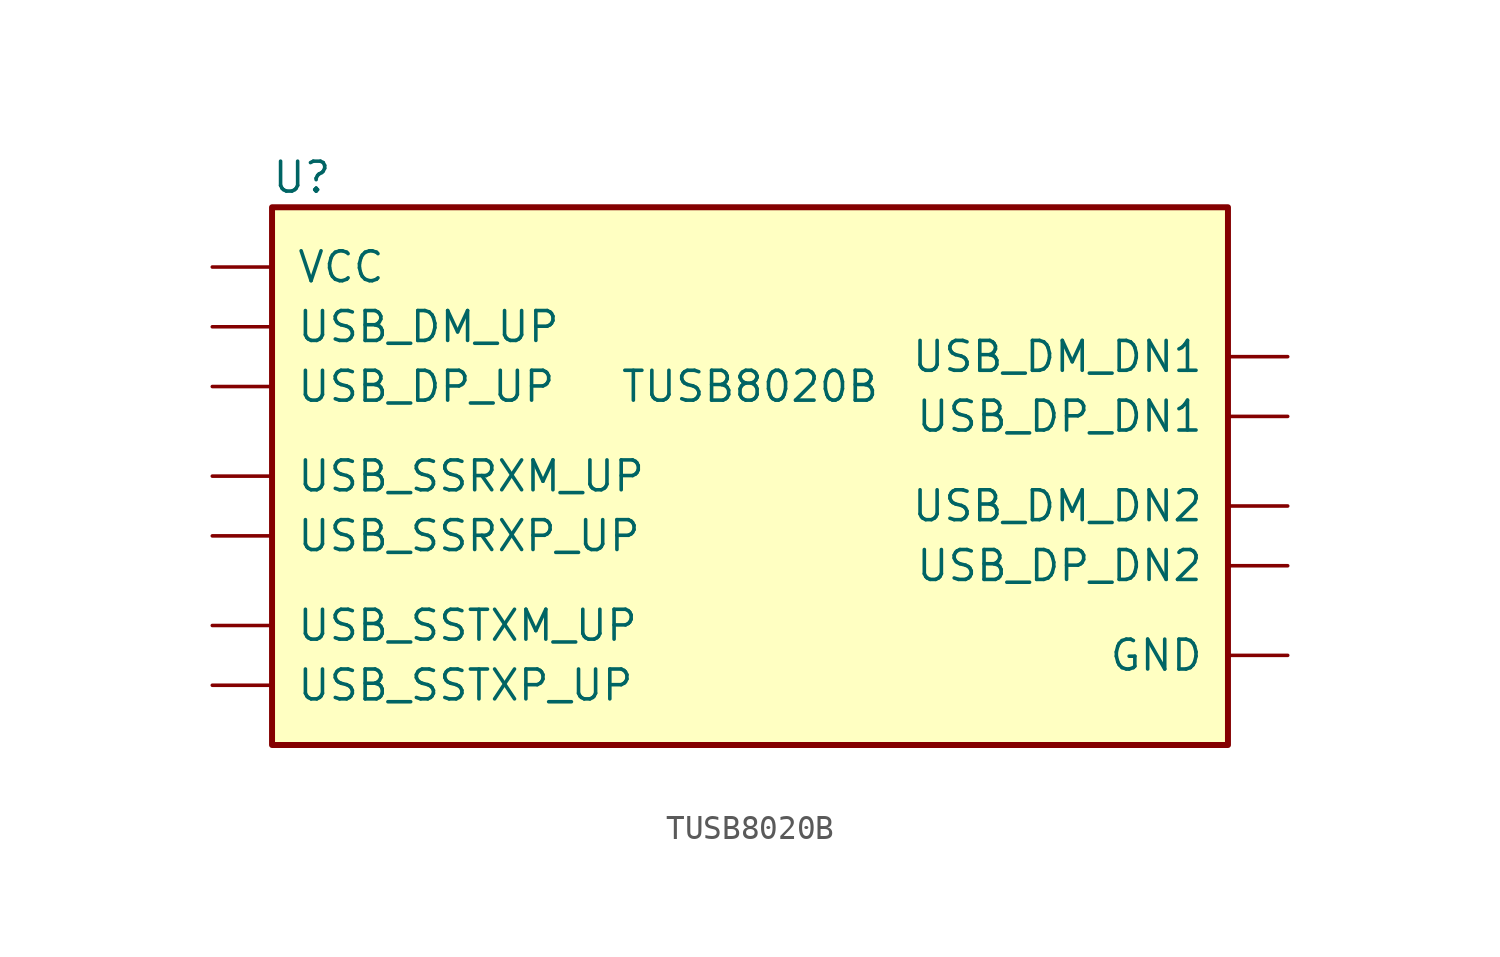
<source format=kicad_sym>
(kicad_symbol_lib
  (version 20211014)
  (generator kicad_symbol_editor)
  (symbol "TUSB8020B"
    (pin_names
      (offset 1.016))
    (property "Reference" "U"
      (at -20.32 22.86 0)
      (effects (font (size 1.27 1.27))))
    (property "Value" "TUSB8020B"
      (at -1.27 13.97 0)
      (effects (font (size 1.27 1.27))))
    (symbol "TUSB8020B_0_1"
      (rectangle (start -21.59 21.59) (end 19.05 -1.27) (stroke (width 0.254) (type default) (color 0 0 0 0)) (fill (type background))))
    (symbol "TUSB8020B_1_1"
      (pin unspecified line (at 21.59 2.54 180) (length 2.54) (name "GND" (effects (font (size 1.27 1.27)))) (number "" (effects (font (size 1.27 1.27)))))
      (pin unspecified line (at 21.59 15.24 180) (length 2.54) (name "USB_DM_DN1" (effects (font (size 1.27 1.27)))) (number "" (effects (font (size 1.27 1.27)))))
      (pin unspecified line (at 21.59 8.89 180) (length 2.54) (name "USB_DM_DN2" (effects (font (size 1.27 1.27)))) (number "" (effects (font (size 1.27 1.27)))))
      (pin unspecified line (at -24.13 16.51 0) (length 2.54) (name "USB_DM_UP" (effects (font (size 1.27 1.27)))) (number "" (effects (font (size 1.27 1.27)))))
      (pin unspecified line (at 21.59 12.7 180) (length 2.54) (name "USB_DP_DN1" (effects (font (size 1.27 1.27)))) (number "" (effects (font (size 1.27 1.27)))))
      (pin unspecified line (at 21.59 6.35 180) (length 2.54) (name "USB_DP_DN2" (effects (font (size 1.27 1.27)))) (number "" (effects (font (size 1.27 1.27)))))
      (pin unspecified line (at -24.13 13.97 0) (length 2.54) (name "USB_DP_UP" (effects (font (size 1.27 1.27)))) (number "" (effects (font (size 1.27 1.27)))))
      (pin unspecified line (at -24.13 10.16 0) (length 2.54) (name "USB_SSRXM_UP" (effects (font (size 1.27 1.27)))) (number "" (effects (font (size 1.27 1.27)))))
      (pin unspecified line (at -24.13 7.62 0) (length 2.54) (name "USB_SSRXP_UP" (effects (font (size 1.27 1.27)))) (number "" (effects (font (size 1.27 1.27)))))
      (pin unspecified line (at -24.13 3.81 0) (length 2.54) (name "USB_SSTXM_UP" (effects (font (size 1.27 1.27)))) (number "" (effects (font (size 1.27 1.27)))))
      (pin unspecified line (at -24.13 1.27 0) (length 2.54) (name "USB_SSTXP_UP" (effects (font (size 1.27 1.27)))) (number "" (effects (font (size 1.27 1.27)))))
      (pin unspecified line (at -24.13 19.05 0) (length 2.54) (name "VCC" (effects (font (size 1.27 1.27)))) (number "" (effects (font (size 1.27 1.27))))))))
</source>
